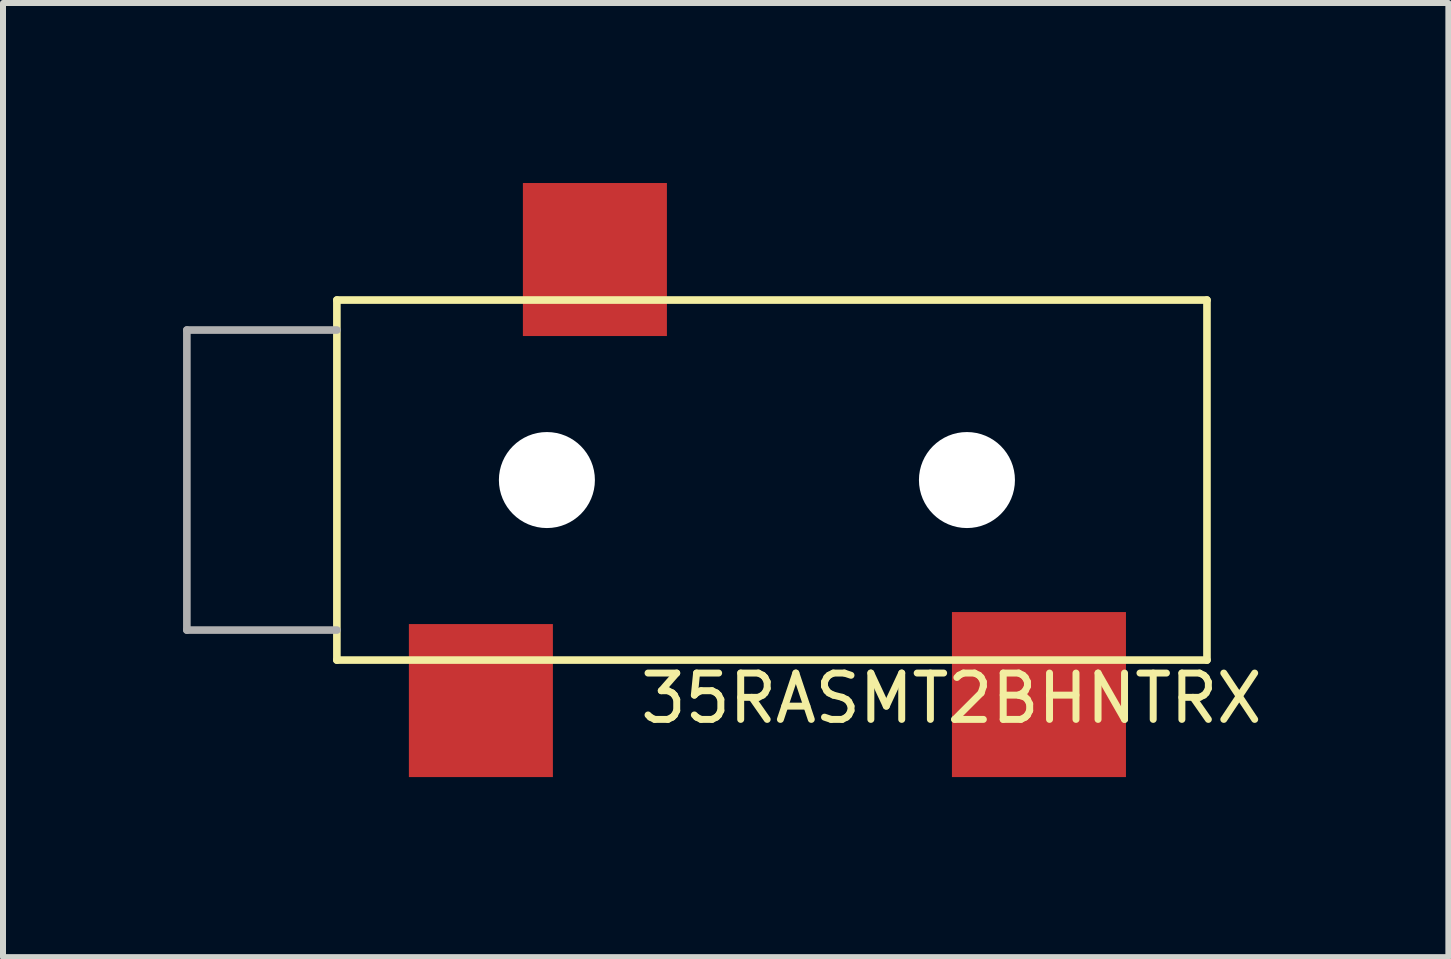
<source format=kicad_pcb>
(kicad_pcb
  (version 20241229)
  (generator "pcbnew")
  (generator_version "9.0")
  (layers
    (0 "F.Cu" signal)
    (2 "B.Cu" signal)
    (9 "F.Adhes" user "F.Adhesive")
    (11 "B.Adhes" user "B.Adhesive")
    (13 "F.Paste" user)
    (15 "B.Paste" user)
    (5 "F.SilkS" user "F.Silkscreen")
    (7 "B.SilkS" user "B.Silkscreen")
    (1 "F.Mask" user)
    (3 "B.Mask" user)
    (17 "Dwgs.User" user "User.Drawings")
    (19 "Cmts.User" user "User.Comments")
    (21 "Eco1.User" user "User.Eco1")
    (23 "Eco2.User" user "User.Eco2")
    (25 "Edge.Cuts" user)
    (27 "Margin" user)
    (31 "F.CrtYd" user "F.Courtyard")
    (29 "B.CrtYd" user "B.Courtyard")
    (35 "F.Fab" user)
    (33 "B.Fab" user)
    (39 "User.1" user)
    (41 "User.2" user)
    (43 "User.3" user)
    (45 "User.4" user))
  (footprint "35RASMT2BHNTRX"
    (layer "F.Cu")
    (at 6.064 4.95)
    (property "Reference" "35RASMT2BHNTRX" (at 1.499 4.089 180) (layer "F.SilkS") (effects (font (size 0.772 0.772) (thickness 0.116)) (justify left bottom)))
    (attr through_hole)
    (fp_line (start -3.5 -3) (end -3.5 3) (stroke (width 0.127) (type solid)) (layer "F.SilkS"))
    (fp_line (start -3.5 -3) (end 11 -3) (stroke (width 0.127) (type solid)) (layer "F.SilkS"))
    (fp_line (start 11 -3) (end 11 3) (stroke (width 0.127) (type solid)) (layer "F.SilkS"))
    (fp_line (start 11 3) (end -3.5 3) (stroke (width 0.127) (type solid)) (layer "F.SilkS"))
    (fp_line (start -6 -2.5) (end -6 2.5) (stroke (width 0.127) (type solid)) (layer "F.Fab"))
    (fp_line (start -6 2.5) (end -3.5 2.5) (stroke (width 0.127) (type solid)) (layer "F.Fab"))
    (fp_line (start -3.5 -2.5) (end -6 -2.5) (stroke (width 0.127) (type solid)) (layer "F.Fab"))
    (pad "" np_thru_hole circle (at 0 0) (size 1.6 1.6) (drill 1.6) (layers "*.Cu" "*.Mask"))
    (pad "" np_thru_hole circle (at 7 0) (size 1.6 1.6) (drill 1.6) (layers "*.Cu" "*.Mask"))
    (pad "1" smd rect (at 0.8 -3.675 90) (size 2.55 2.4) (layers "F.Cu" "F.Mask" "F.Paste"))
    (pad "4" smd rect (at 8.2 3.575 90) (size 2.75 2.9) (layers "F.Cu" "F.Mask" "F.Paste"))
    (pad "5" smd rect (at -1.1 3.675 90) (size 2.55 2.4) (layers "F.Cu" "F.Mask" "F.Paste")))
  (gr_rect
    (start -3 -3)
    (end 21.087 12.9)
    (stroke (width 0.1) (type default))
    (fill no)
    (layer "Edge.Cuts")))
</source>
